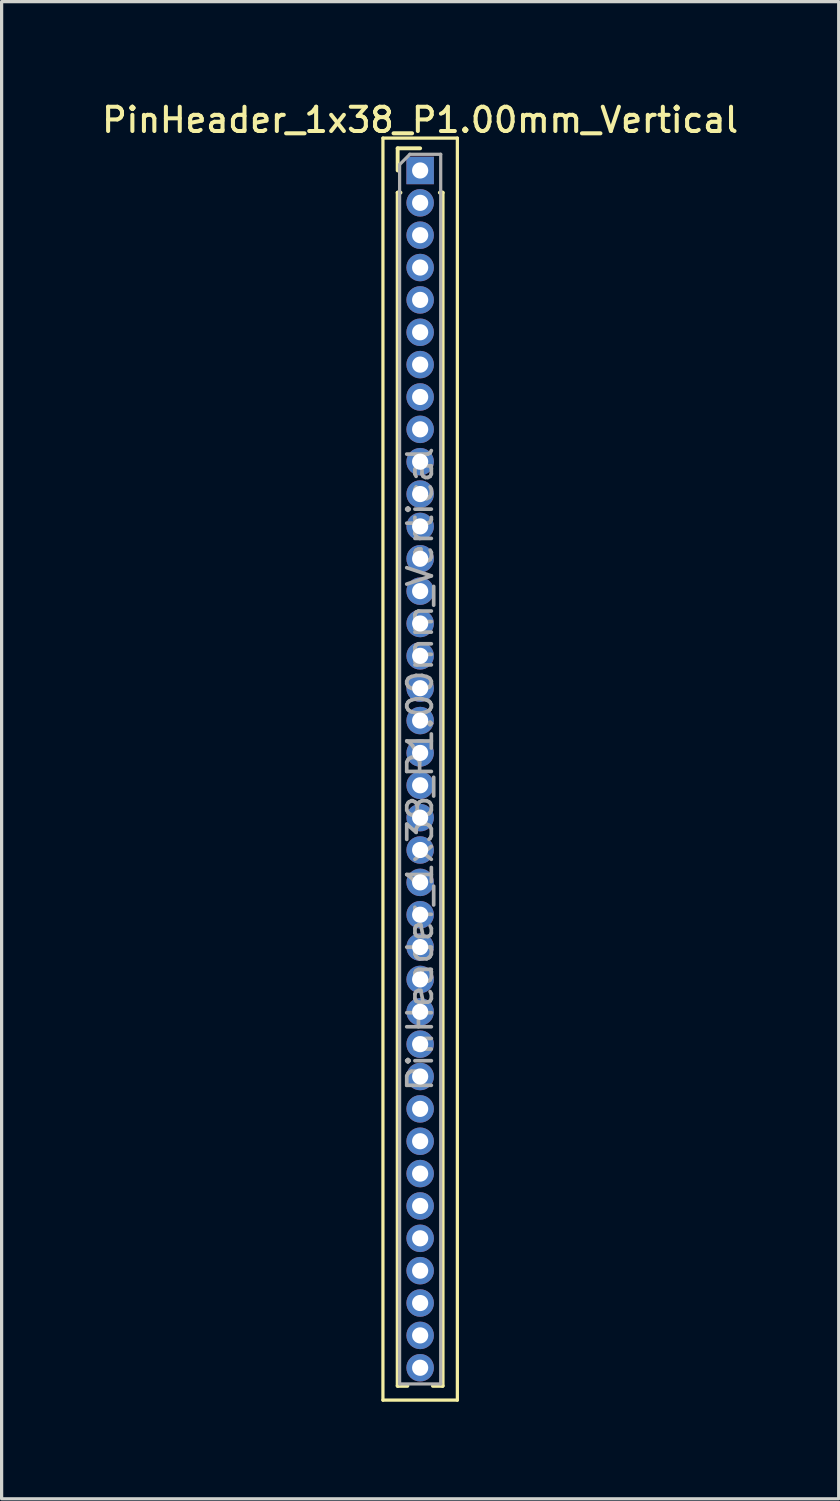
<source format=kicad_pcb>
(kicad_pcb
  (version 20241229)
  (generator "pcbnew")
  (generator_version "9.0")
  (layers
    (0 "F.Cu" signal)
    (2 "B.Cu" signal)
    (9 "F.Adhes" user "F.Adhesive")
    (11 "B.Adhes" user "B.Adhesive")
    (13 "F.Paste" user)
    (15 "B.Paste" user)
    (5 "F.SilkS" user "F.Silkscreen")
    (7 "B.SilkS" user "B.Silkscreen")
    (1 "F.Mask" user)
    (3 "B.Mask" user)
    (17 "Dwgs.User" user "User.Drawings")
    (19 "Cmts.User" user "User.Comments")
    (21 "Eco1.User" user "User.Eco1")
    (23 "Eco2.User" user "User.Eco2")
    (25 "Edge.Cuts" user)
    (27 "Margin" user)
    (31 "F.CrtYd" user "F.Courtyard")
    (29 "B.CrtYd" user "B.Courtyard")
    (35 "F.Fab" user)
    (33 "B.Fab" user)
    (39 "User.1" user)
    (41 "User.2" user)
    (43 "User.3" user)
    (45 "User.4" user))
  (footprint "PinHeader_1x38_P1.00mm_Vertical"
    (layer "F.Cu")
    (at 9.934 2.218)
    (property "Reference" "PinHeader_1x38_P1.00mm_Vertical" (at 0 -1.56 0) (layer "F.SilkS") (effects (font (size 0.75 0.75) (thickness 0.125))))
    (attr through_hole)
    (fp_line (start -1.15 -1) (end -1.15 38) (stroke (width 0.1) (type solid)) (layer "F.SilkS"))
    (fp_line (start -1.15 38) (end 1.15 38) (stroke (width 0.1) (type solid)) (layer "F.SilkS"))
    (fp_line (start -0.695 -0.685) (end 0 -0.685) (stroke (width 0.12) (type solid)) (layer "F.SilkS"))
    (fp_line (start -0.695 0) (end -0.695 -0.685) (stroke (width 0.12) (type solid)) (layer "F.SilkS"))
    (fp_line (start -0.695 0.685) (end -0.695 37.56) (stroke (width 0.12) (type solid)) (layer "F.SilkS"))
    (fp_line (start -0.695 0.685) (end -0.608 0.685) (stroke (width 0.12) (type solid)) (layer "F.SilkS"))
    (fp_line (start -0.695 37.56) (end -0.394 37.56) (stroke (width 0.12) (type solid)) (layer "F.SilkS"))
    (fp_line (start 0.394 37.56) (end 0.695 37.56) (stroke (width 0.12) (type solid)) (layer "F.SilkS"))
    (fp_line (start 0.608 0.685) (end 0.695 0.685) (stroke (width 0.12) (type solid)) (layer "F.SilkS"))
    (fp_line (start 0.695 0.685) (end 0.695 37.56) (stroke (width 0.12) (type solid)) (layer "F.SilkS"))
    (fp_line (start 1.15 -1) (end -1.15 -1) (stroke (width 0.1) (type solid)) (layer "F.SilkS"))
    (fp_line (start 1.15 38) (end 1.15 -1) (stroke (width 0.1) (type solid)) (layer "F.SilkS"))
    (fp_line (start -0.635 -0.182) (end -0.318 -0.5) (stroke (width 0.1) (type solid)) (layer "F.Fab"))
    (fp_line (start -0.635 37.5) (end -0.635 -0.182) (stroke (width 0.1) (type solid)) (layer "F.Fab"))
    (fp_line (start -0.318 -0.5) (end 0.635 -0.5) (stroke (width 0.1) (type solid)) (layer "F.Fab"))
    (fp_line (start 0.635 -0.5) (end 0.635 37.5) (stroke (width 0.1) (type solid)) (layer "F.Fab"))
    (fp_line (start 0.635 37.5) (end -0.635 37.5) (stroke (width 0.1) (type solid)) (layer "F.Fab"))
    (fp_text user "${REFERENCE}" (at 0 18.5 90) (layer "F.Fab") (effects (font (size 0.76 0.76) (thickness 0.114))))
    (pad "1" thru_hole rect (at 0 0) (size 0.85 0.85) (drill 0.5) (layers "*.Cu" "*.Mask"))
    (pad "2" thru_hole oval (at 0 1) (size 0.85 0.85) (drill 0.5) (layers "*.Cu" "*.Mask"))
    (pad "3" thru_hole oval (at 0 2) (size 0.85 0.85) (drill 0.5) (layers "*.Cu" "*.Mask"))
    (pad "4" thru_hole oval (at 0 3) (size 0.85 0.85) (drill 0.5) (layers "*.Cu" "*.Mask"))
    (pad "5" thru_hole oval (at 0 4) (size 0.85 0.85) (drill 0.5) (layers "*.Cu" "*.Mask"))
    (pad "6" thru_hole oval (at 0 5) (size 0.85 0.85) (drill 0.5) (layers "*.Cu" "*.Mask"))
    (pad "7" thru_hole oval (at 0 6) (size 0.85 0.85) (drill 0.5) (layers "*.Cu" "*.Mask"))
    (pad "8" thru_hole oval (at 0 7) (size 0.85 0.85) (drill 0.5) (layers "*.Cu" "*.Mask"))
    (pad "9" thru_hole oval (at 0 8) (size 0.85 0.85) (drill 0.5) (layers "*.Cu" "*.Mask"))
    (pad "10" thru_hole oval (at 0 9) (size 0.85 0.85) (drill 0.5) (layers "*.Cu" "*.Mask"))
    (pad "11" thru_hole oval (at 0 10) (size 0.85 0.85) (drill 0.5) (layers "*.Cu" "*.Mask"))
    (pad "12" thru_hole oval (at 0 11) (size 0.85 0.85) (drill 0.5) (layers "*.Cu" "*.Mask"))
    (pad "13" thru_hole oval (at 0 12) (size 0.85 0.85) (drill 0.5) (layers "*.Cu" "*.Mask"))
    (pad "14" thru_hole oval (at 0 13) (size 0.85 0.85) (drill 0.5) (layers "*.Cu" "*.Mask"))
    (pad "15" thru_hole oval (at 0 14) (size 0.85 0.85) (drill 0.5) (layers "*.Cu" "*.Mask"))
    (pad "16" thru_hole oval (at 0 15) (size 0.85 0.85) (drill 0.5) (layers "*.Cu" "*.Mask"))
    (pad "17" thru_hole oval (at 0 16) (size 0.85 0.85) (drill 0.5) (layers "*.Cu" "*.Mask"))
    (pad "18" thru_hole oval (at 0 17) (size 0.85 0.85) (drill 0.5) (layers "*.Cu" "*.Mask"))
    (pad "19" thru_hole oval (at 0 18) (size 0.85 0.85) (drill 0.5) (layers "*.Cu" "*.Mask"))
    (pad "20" thru_hole oval (at 0 19) (size 0.85 0.85) (drill 0.5) (layers "*.Cu" "*.Mask"))
    (pad "21" thru_hole oval (at 0 20) (size 0.85 0.85) (drill 0.5) (layers "*.Cu" "*.Mask"))
    (pad "22" thru_hole oval (at 0 21) (size 0.85 0.85) (drill 0.5) (layers "*.Cu" "*.Mask"))
    (pad "23" thru_hole oval (at 0 22) (size 0.85 0.85) (drill 0.5) (layers "*.Cu" "*.Mask"))
    (pad "24" thru_hole oval (at 0 23) (size 0.85 0.85) (drill 0.5) (layers "*.Cu" "*.Mask"))
    (pad "25" thru_hole oval (at 0 24) (size 0.85 0.85) (drill 0.5) (layers "*.Cu" "*.Mask"))
    (pad "26" thru_hole oval (at 0 25) (size 0.85 0.85) (drill 0.5) (layers "*.Cu" "*.Mask"))
    (pad "27" thru_hole oval (at 0 26) (size 0.85 0.85) (drill 0.5) (layers "*.Cu" "*.Mask"))
    (pad "28" thru_hole oval (at 0 27) (size 0.85 0.85) (drill 0.5) (layers "*.Cu" "*.Mask"))
    (pad "29" thru_hole oval (at 0 28) (size 0.85 0.85) (drill 0.5) (layers "*.Cu" "*.Mask"))
    (pad "30" thru_hole oval (at 0 29) (size 0.85 0.85) (drill 0.5) (layers "*.Cu" "*.Mask"))
    (pad "31" thru_hole oval (at 0 30) (size 0.85 0.85) (drill 0.5) (layers "*.Cu" "*.Mask"))
    (pad "32" thru_hole oval (at 0 31) (size 0.85 0.85) (drill 0.5) (layers "*.Cu" "*.Mask"))
    (pad "33" thru_hole oval (at 0 32) (size 0.85 0.85) (drill 0.5) (layers "*.Cu" "*.Mask"))
    (pad "34" thru_hole oval (at 0 33) (size 0.85 0.85) (drill 0.5) (layers "*.Cu" "*.Mask"))
    (pad "35" thru_hole oval (at 0 34) (size 0.85 0.85) (drill 0.5) (layers "*.Cu" "*.Mask"))
    (pad "36" thru_hole oval (at 0 35) (size 0.85 0.85) (drill 0.5) (layers "*.Cu" "*.Mask"))
    (pad "37" thru_hole oval (at 0 36) (size 0.85 0.85) (drill 0.5) (layers "*.Cu" "*.Mask"))
    (pad "38" thru_hole oval (at 0 37) (size 0.85 0.85) (drill 0.5) (layers "*.Cu" "*.Mask")))
  (gr_rect
    (start -3 -3)
    (end 22.868 43.268)
    (stroke (width 0.1) (type default))
    (fill no)
    (layer "Edge.Cuts")))
</source>
